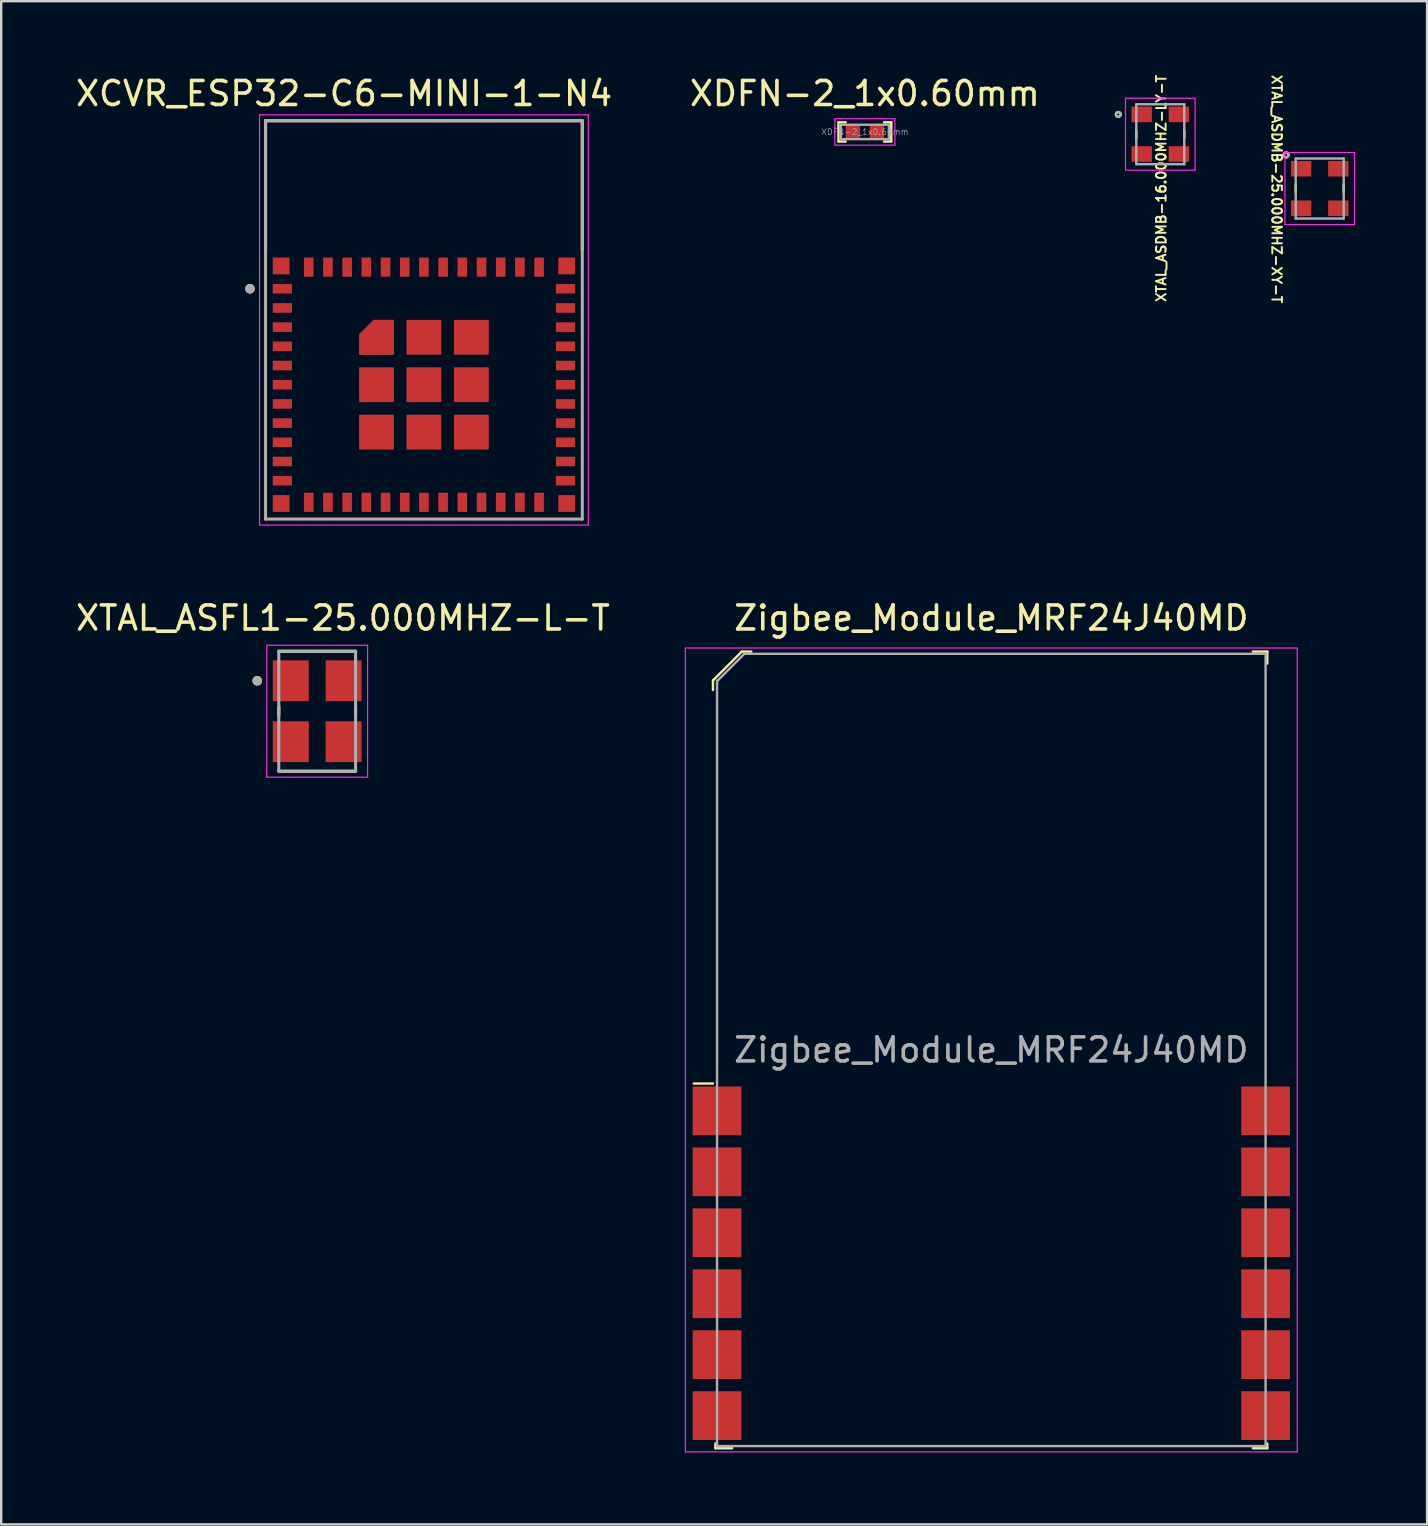
<source format=kicad_pcb>
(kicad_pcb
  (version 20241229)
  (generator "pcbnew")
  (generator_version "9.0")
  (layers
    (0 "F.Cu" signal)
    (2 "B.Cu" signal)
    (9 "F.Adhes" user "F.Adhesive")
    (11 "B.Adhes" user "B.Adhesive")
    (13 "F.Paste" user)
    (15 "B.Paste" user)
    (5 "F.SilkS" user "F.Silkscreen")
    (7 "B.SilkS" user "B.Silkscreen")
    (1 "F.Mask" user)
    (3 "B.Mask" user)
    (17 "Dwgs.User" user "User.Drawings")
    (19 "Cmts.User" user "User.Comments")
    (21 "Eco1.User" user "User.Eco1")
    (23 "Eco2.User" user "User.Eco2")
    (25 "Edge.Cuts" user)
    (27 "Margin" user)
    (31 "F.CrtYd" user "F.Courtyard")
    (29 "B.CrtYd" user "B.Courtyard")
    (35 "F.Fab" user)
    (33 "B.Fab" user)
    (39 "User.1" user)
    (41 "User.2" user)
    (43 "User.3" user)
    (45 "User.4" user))
  (footprint "XCVR_ESP32-C6-MINI-1-N4"
    (layer "F.Cu")
    (at 14.617 12.983)
    (property "Reference" "XCVR_ESP32-C6-MINI-1-N4" (at -3.325 -12.135 0) (layer "F.SilkS") (effects (font (size 1 1) (thickness 0.15))))
    (attr smd)
    (fp_poly (pts (xy -2.8 -1.15) (xy -1.15 -1.15) (xy -1.15 -2.8) (xy -2.15 -2.8) (xy -2.8 -2.15)) (stroke (width 0.01) (type solid)) (fill yes) (layer "F.Mask"))
    (fp_line (start -6.6 -11) (end 6.6 -11) (stroke (width 0.127) (type solid)) (layer "F.SilkS"))
    (fp_line (start -6.6 -5.62) (end -6.6 -11) (stroke (width 0.127) (type solid)) (layer "F.SilkS"))
    (fp_line (start 6.6 -11) (end 6.6 -5.62) (stroke (width 0.127) (type solid)) (layer "F.SilkS"))
    (fp_circle (center -7.25 -4) (end -7.15 -4) (stroke (width 0.2) (type solid)) (fill no) (layer "F.SilkS"))
    (fp_poly (pts (xy -2.7 -1.25) (xy -1.25 -1.25) (xy -1.25 -2.7) (xy -2.1 -2.7) (xy -2.7 -2.1)) (stroke (width 0.01) (type solid)) (fill yes) (layer "F.Paste"))
    (fp_line (start -6.85 -11.25) (end -6.85 5.85) (stroke (width 0.05) (type solid)) (layer "F.CrtYd"))
    (fp_line (start -6.85 5.85) (end 6.85 5.85) (stroke (width 0.05) (type solid)) (layer "F.CrtYd"))
    (fp_line (start 6.85 -11.25) (end -6.85 -11.25) (stroke (width 0.05) (type solid)) (layer "F.CrtYd"))
    (fp_line (start 6.85 5.85) (end 6.85 -11.25) (stroke (width 0.05) (type solid)) (layer "F.CrtYd"))
    (fp_line (start -6.6 -11) (end 6.6 -11) (stroke (width 0.127) (type solid)) (layer "F.Fab"))
    (fp_line (start -6.6 5.6) (end -6.6 -11) (stroke (width 0.127) (type solid)) (layer "F.Fab"))
    (fp_line (start 6.6 -11) (end 6.6 5.6) (stroke (width 0.127) (type solid)) (layer "F.Fab"))
    (fp_line (start 6.6 5.6) (end -6.6 5.6) (stroke (width 0.127) (type solid)) (layer "F.Fab"))
    (fp_circle (center -7.25 -4) (end -7.15 -4) (stroke (width 0.2) (type solid)) (fill no) (layer "F.Fab"))
    (pad "1" smd rect (at -5.9 -4) (size 0.8 0.4) (layers "F.Cu" "F.Mask" "F.Paste"))
    (pad "2" smd rect (at -5.9 -3.2) (size 0.8 0.4) (layers "F.Cu" "F.Mask" "F.Paste"))
    (pad "3" smd rect (at -5.9 -2.4) (size 0.8 0.4) (layers "F.Cu" "F.Mask" "F.Paste"))
    (pad "4" smd rect (at -5.9 -1.6) (size 0.8 0.4) (layers "F.Cu" "F.Mask" "F.Paste"))
    (pad "5" smd rect (at -5.9 -0.8) (size 0.8 0.4) (layers "F.Cu" "F.Mask" "F.Paste"))
    (pad "6" smd rect (at -5.9 0) (size 0.8 0.4) (layers "F.Cu" "F.Mask" "F.Paste"))
    (pad "7" smd rect (at -5.9 0.8) (size 0.8 0.4) (layers "F.Cu" "F.Mask" "F.Paste"))
    (pad "8" smd rect (at -5.9 1.6) (size 0.8 0.4) (layers "F.Cu" "F.Mask" "F.Paste"))
    (pad "9" smd rect (at -5.9 2.4) (size 0.8 0.4) (layers "F.Cu" "F.Mask" "F.Paste"))
    (pad "10" smd rect (at -5.9 3.2) (size 0.8 0.4) (layers "F.Cu" "F.Mask" "F.Paste"))
    (pad "11" smd rect (at -5.9 4) (size 0.8 0.4) (layers "F.Cu" "F.Mask" "F.Paste"))
    (pad "12" smd rect (at -4.8 4.9) (size 0.4 0.8) (layers "F.Cu" "F.Mask" "F.Paste"))
    (pad "13" smd rect (at -4 4.9) (size 0.4 0.8) (layers "F.Cu" "F.Mask" "F.Paste"))
    (pad "14" smd rect (at -3.2 4.9) (size 0.4 0.8) (layers "F.Cu" "F.Mask" "F.Paste"))
    (pad "15" smd rect (at -2.4 4.9) (size 0.4 0.8) (layers "F.Cu" "F.Mask" "F.Paste"))
    (pad "16" smd rect (at -1.6 4.9) (size 0.4 0.8) (layers "F.Cu" "F.Mask" "F.Paste"))
    (pad "17" smd rect (at -0.8 4.9) (size 0.4 0.8) (layers "F.Cu" "F.Mask" "F.Paste"))
    (pad "18" smd rect (at 0 4.9) (size 0.4 0.8) (layers "F.Cu" "F.Mask" "F.Paste"))
    (pad "19" smd rect (at 0.8 4.9) (size 0.4 0.8) (layers "F.Cu" "F.Mask" "F.Paste"))
    (pad "20" smd rect (at 1.6 4.9) (size 0.4 0.8) (layers "F.Cu" "F.Mask" "F.Paste"))
    (pad "21" smd rect (at 2.4 4.9) (size 0.4 0.8) (layers "F.Cu" "F.Mask" "F.Paste"))
    (pad "22" smd rect (at 3.2 4.9) (size 0.4 0.8) (layers "F.Cu" "F.Mask" "F.Paste"))
    (pad "23" smd rect (at 4 4.9) (size 0.4 0.8) (layers "F.Cu" "F.Mask" "F.Paste"))
    (pad "24" smd rect (at 4.8 4.9) (size 0.4 0.8) (layers "F.Cu" "F.Mask" "F.Paste"))
    (pad "25" smd rect (at 5.9 4) (size 0.8 0.4) (layers "F.Cu" "F.Mask" "F.Paste"))
    (pad "26" smd rect (at 5.9 3.2) (size 0.8 0.4) (layers "F.Cu" "F.Mask" "F.Paste"))
    (pad "27" smd rect (at 5.9 2.4) (size 0.8 0.4) (layers "F.Cu" "F.Mask" "F.Paste"))
    (pad "28" smd rect (at 5.9 1.6) (size 0.8 0.4) (layers "F.Cu" "F.Mask" "F.Paste"))
    (pad "29" smd rect (at 5.9 0.8) (size 0.8 0.4) (layers "F.Cu" "F.Mask" "F.Paste"))
    (pad "30" smd rect (at 5.9 0) (size 0.8 0.4) (layers "F.Cu" "F.Mask" "F.Paste"))
    (pad "31" smd rect (at 5.9 -0.8) (size 0.8 0.4) (layers "F.Cu" "F.Mask" "F.Paste"))
    (pad "32" smd rect (at 5.9 -1.6) (size 0.8 0.4) (layers "F.Cu" "F.Mask" "F.Paste"))
    (pad "33" smd rect (at 5.9 -2.4) (size 0.8 0.4) (layers "F.Cu" "F.Mask" "F.Paste"))
    (pad "34" smd rect (at 5.9 -3.2) (size 0.8 0.4) (layers "F.Cu" "F.Mask" "F.Paste"))
    (pad "35" smd rect (at 5.9 -4) (size 0.8 0.4) (layers "F.Cu" "F.Mask" "F.Paste"))
    (pad "36" smd rect (at 4.8 -4.9) (size 0.4 0.8) (layers "F.Cu" "F.Mask" "F.Paste"))
    (pad "37" smd rect (at 4 -4.9) (size 0.4 0.8) (layers "F.Cu" "F.Mask" "F.Paste"))
    (pad "38" smd rect (at 3.2 -4.9) (size 0.4 0.8) (layers "F.Cu" "F.Mask" "F.Paste"))
    (pad "39" smd rect (at 2.4 -4.9) (size 0.4 0.8) (layers "F.Cu" "F.Mask" "F.Paste"))
    (pad "40" smd rect (at 1.6 -4.9) (size 0.4 0.8) (layers "F.Cu" "F.Mask" "F.Paste"))
    (pad "41" smd rect (at 0.8 -4.9) (size 0.4 0.8) (layers "F.Cu" "F.Mask" "F.Paste"))
    (pad "42" smd rect (at 0 -4.9) (size 0.4 0.8) (layers "F.Cu" "F.Mask" "F.Paste"))
    (pad "43" smd rect (at -0.8 -4.9) (size 0.4 0.8) (layers "F.Cu" "F.Mask" "F.Paste"))
    (pad "44" smd rect (at -1.6 -4.9) (size 0.4 0.8) (layers "F.Cu" "F.Mask" "F.Paste"))
    (pad "45" smd rect (at -2.4 -4.9) (size 0.4 0.8) (layers "F.Cu" "F.Mask" "F.Paste"))
    (pad "46" smd rect (at -3.2 -4.9) (size 0.4 0.8) (layers "F.Cu" "F.Mask" "F.Paste"))
    (pad "47" smd rect (at -4 -4.9) (size 0.4 0.8) (layers "F.Cu" "F.Mask" "F.Paste"))
    (pad "48" smd rect (at -4.8 -4.9) (size 0.4 0.8) (layers "F.Cu" "F.Mask" "F.Paste"))
    (pad "49_1" smd custom (at -1.975 -1.975) (size 0.4 0.4) (layers "F.Cu") (options (anchor rect)) (primitives (gr_poly (pts (xy -0.725 0.725) (xy 0.725 0.725) (xy 0.725 -0.725) (xy -0.125 -0.725) (xy -0.725 -0.125)) (width 0.01) (fill yes))))
    (pad "49_2" smd rect (at 0 -1.975) (size 1.45 1.45) (layers "F.Cu" "F.Mask" "F.Paste"))
    (pad "49_3" smd rect (at 1.975 -1.975) (size 1.45 1.45) (layers "F.Cu" "F.Mask" "F.Paste"))
    (pad "49_4" smd rect (at -1.975 0) (size 1.45 1.45) (layers "F.Cu" "F.Mask" "F.Paste"))
    (pad "49_5" smd rect (at 0 0) (size 1.45 1.45) (layers "F.Cu" "F.Mask" "F.Paste"))
    (pad "49_6" smd rect (at 1.975 0) (size 1.45 1.45) (layers "F.Cu" "F.Mask" "F.Paste"))
    (pad "49_7" smd rect (at -1.975 1.975) (size 1.45 1.45) (layers "F.Cu" "F.Mask" "F.Paste"))
    (pad "49_8" smd rect (at 0 1.975) (size 1.45 1.45) (layers "F.Cu" "F.Mask" "F.Paste"))
    (pad "49_9" smd rect (at 1.975 1.975) (size 1.45 1.45) (layers "F.Cu" "F.Mask" "F.Paste"))
    (pad "50" smd rect (at 5.95 -4.95) (size 0.7 0.7) (layers "F.Cu" "F.Mask" "F.Paste"))
    (pad "51" smd rect (at 5.95 4.95) (size 0.7 0.7) (layers "F.Cu" "F.Mask" "F.Paste"))
    (pad "52" smd rect (at -5.95 4.95) (size 0.7 0.7) (layers "F.Cu" "F.Mask" "F.Paste"))
    (pad "53" smd rect (at -5.95 -4.95) (size 0.7 0.7) (layers "F.Cu" "F.Mask" "F.Paste"))
    (zone (net_name "") (layer "F.Cu") (hatch full 0.508) (connect_pads) (min_thickness 0.01) (filled_areas_thickness no) (keepout (tracks not_allowed) (vias not_allowed) (pads not_allowed) (copperpour not_allowed) (footprints allowed)) (placement (enabled no)) (fill) (polygon (pts (xy 8.017 1.983) (xy 21.217 1.983) (xy 21.217 7.383) (xy 8.017 7.383))))
    (zone (net_name "") (layers "F.Cu" "B.Cu") (hatch full 0.508) (connect_pads) (min_thickness 0.01) (filled_areas_thickness no) (keepout (tracks allowed) (vias not_allowed) (pads allowed) (copperpour allowed) (footprints allowed)) (placement (enabled no)) (fill) (polygon (pts (xy 8.017 1.983) (xy 21.217 1.983) (xy 21.217 7.383) (xy 8.017 7.383)))))
  (footprint "Zigbee_Module_MRF24J40MD"
    (layer "F.Cu")
    (at 38.263 40.706)
    (property "Reference" "Zigbee_Module_MRF24J40MD" (at 0 -18 0) (layer "F.SilkS") (effects (font (size 1 1) (thickness 0.15))))
    (attr smd)
    (fp_line (start -11.6 -15.4) (end -11.6 -15) (stroke (width 0.1) (type solid)) (layer "F.SilkS"))
    (fp_line (start -11.6 1.4) (end -12.4 1.4) (stroke (width 0.1) (type solid)) (layer "F.SilkS"))
    (fp_line (start -11.5 16.4) (end -11.5 16.6) (stroke (width 0.1) (type solid)) (layer "F.SilkS"))
    (fp_line (start -11.5 16.6) (end -10.8 16.6) (stroke (width 0.1) (type solid)) (layer "F.SilkS"))
    (fp_line (start -10.4 -16.6) (end -11.6 -15.4) (stroke (width 0.1) (type solid)) (layer "F.SilkS"))
    (fp_line (start -10 -16.6) (end -10.4 -16.6) (stroke (width 0.1) (type solid)) (layer "F.SilkS"))
    (fp_line (start 10.9 -16.6) (end 11.5 -16.6) (stroke (width 0.1) (type solid)) (layer "F.SilkS"))
    (fp_line (start 11.5 -16.6) (end 11.5 -16.1) (stroke (width 0.1) (type solid)) (layer "F.SilkS"))
    (fp_line (start 11.5 16.4) (end 11.5 16.6) (stroke (width 0.1) (type solid)) (layer "F.SilkS"))
    (fp_line (start 11.5 16.6) (end 10.9 16.6) (stroke (width 0.1) (type solid)) (layer "F.SilkS"))
    (fp_line (start -12.75 -16.75) (end 12.75 -16.75) (stroke (width 0.05) (type solid)) (layer "F.CrtYd"))
    (fp_line (start -12.75 16.75) (end -12.75 -16.75) (stroke (width 0.05) (type solid)) (layer "F.CrtYd"))
    (fp_line (start -12.75 16.75) (end 12.75 16.75) (stroke (width 0.05) (type solid)) (layer "F.CrtYd"))
    (fp_line (start 12.75 16.75) (end 12.75 -16.75) (stroke (width 0.05) (type solid)) (layer "F.CrtYd"))
    (fp_line (start -11.43 -15.37) (end -11.38 -15.42) (stroke (width 0.1) (type solid)) (layer "F.Fab"))
    (fp_line (start -11.43 -15.25) (end -11.43 -15.37) (stroke (width 0.1) (type solid)) (layer "F.Fab"))
    (fp_line (start -11.43 16.51) (end -11.43 -15.24) (stroke (width 0.1) (type solid)) (layer "F.Fab"))
    (fp_line (start -11.43 16.51) (end 11.43 16.51) (stroke (width 0.1) (type solid)) (layer "F.Fab"))
    (fp_line (start -11.4 -15.4) (end -10.3 -16.5) (stroke (width 0.1) (type solid)) (layer "F.Fab"))
    (fp_line (start -10.07 -16.51) (end -10.29 -16.51) (stroke (width 0.1) (type solid)) (layer "F.Fab"))
    (fp_line (start 11.43 -16.51) (end -10.07 -16.51) (stroke (width 0.1) (type solid)) (layer "F.Fab"))
    (fp_line (start 11.43 -16.51) (end 11.43 16.51) (stroke (width 0.1) (type solid)) (layer "F.Fab"))
    (fp_text user "${REFERENCE}" (at 0 0 0) (layer "F.Fab") (effects (font (size 1 1) (thickness 0.15))))
    (pad "1" smd rect (at -11.43 2.54) (size 2.032 2.032) (layers "F.Cu" "F.Mask" "F.Paste"))
    (pad "2" smd rect (at -11.43 5.08) (size 2.032 2.032) (layers "F.Cu" "F.Mask" "F.Paste"))
    (pad "3" smd rect (at -11.43 7.62) (size 2.032 2.032) (layers "F.Cu" "F.Mask" "F.Paste"))
    (pad "4" smd rect (at -11.43 10.16) (size 2.032 2.032) (layers "F.Cu" "F.Mask" "F.Paste"))
    (pad "5" smd rect (at -11.43 12.7) (size 2.032 2.032) (layers "F.Cu" "F.Mask" "F.Paste"))
    (pad "6" smd rect (at -11.43 15.24) (size 2.032 2.032) (layers "F.Cu" "F.Mask" "F.Paste"))
    (pad "7" smd rect (at 11.43 15.24) (size 2.032 2.032) (layers "F.Cu" "F.Mask" "F.Paste"))
    (pad "8" smd rect (at 11.43 12.7) (size 2.032 2.032) (layers "F.Cu" "F.Mask" "F.Paste"))
    (pad "9" smd rect (at 11.43 10.16) (size 2.032 2.032) (layers "F.Cu" "F.Mask" "F.Paste"))
    (pad "10" smd rect (at 11.43 7.62) (size 2.032 2.032) (layers "F.Cu" "F.Mask" "F.Paste"))
    (pad "11" smd rect (at 11.43 5.08) (size 2.032 2.032) (layers "F.Cu" "F.Mask" "F.Paste"))
    (pad "12" smd rect (at 11.43 2.54) (size 2.032 2.032) (layers "F.Cu" "F.Mask" "F.Paste")))
  (footprint "XDFN-2_1x0.60mm"
    (layer "F.Cu")
    (at 32.994 2.448)
    (property "Reference" "XDFN-2_1x0.60mm" (at 0 -1.6 0) (layer "F.SilkS") (effects (font (size 1 1) (thickness 0.15))))
    (attr smd)
    (fp_line (start -1.1 -0.4) (end -1.1 0.4) (stroke (width 0.1) (type solid)) (layer "F.SilkS"))
    (fp_line (start -1.1 0.4) (end -0.8 0.4) (stroke (width 0.1) (type solid)) (layer "F.SilkS"))
    (fp_line (start -0.8 -0.4) (end -1.1 -0.4) (stroke (width 0.1) (type solid)) (layer "F.SilkS"))
    (fp_line (start 0.8 -0.4) (end 1.1 -0.4) (stroke (width 0.1) (type solid)) (layer "F.SilkS"))
    (fp_line (start 1.1 -0.4) (end 1.1 0.4) (stroke (width 0.1) (type solid)) (layer "F.SilkS"))
    (fp_line (start 1.1 0.4) (end 0.8 0.4) (stroke (width 0.1) (type solid)) (layer "F.SilkS"))
    (fp_line (start -1.25 -0.55) (end 1.25 -0.55) (stroke (width 0.05) (type solid)) (layer "F.CrtYd"))
    (fp_line (start -1.25 0.55) (end -1.25 -0.55) (stroke (width 0.05) (type solid)) (layer "F.CrtYd"))
    (fp_line (start -1.25 0.55) (end 1.25 0.55) (stroke (width 0.05) (type solid)) (layer "F.CrtYd"))
    (fp_line (start 1.25 0.55) (end 1.25 -0.55) (stroke (width 0.05) (type solid)) (layer "F.CrtYd"))
    (fp_line (start -1 -0.3) (end -1 0.3) (stroke (width 0.1) (type solid)) (layer "F.Fab"))
    (fp_line (start -1 -0.3) (end 1 -0.3) (stroke (width 0.1) (type solid)) (layer "F.Fab"))
    (fp_line (start -1 0.3) (end 1 0.3) (stroke (width 0.1) (type solid)) (layer "F.Fab"))
    (fp_line (start 1 -0.3) (end 1 0.3) (stroke (width 0.1) (type solid)) (layer "F.Fab"))
    (fp_text user "${REFERENCE}" (at 0 0 0) (layer "F.Fab") (effects (font (size 0.25 0.25) (thickness 0.025))))
    (pad "1" smd rect (at -0.5 0) (size 0.6 0.5) (layers "F.Cu" "F.Mask" "F.Paste"))
    (pad "2" smd rect (at 0.5 0) (size 0.6 0.5) (layers "F.Cu" "F.Mask" "F.Paste")))
  (footprint "XTAL_ASDMB-25.000MHZ-XY-T"
    (layer "F.Cu")
    (at 51.949 4.807)
    (property "Reference" "XTAL_ASDMB-25.000MHZ-XY-T" (at -1.795 0.025 270) (unlocked yes) (layer "F.SilkS") (effects (font (size 0.4 0.4) (thickness 0.08))))
    (attr smd)
    (fp_line (start -1 -0.15) (end -1 0.15) (stroke (width 0.1) (type solid)) (layer "F.SilkS"))
    (fp_line (start 1 0.15) (end 1 -0.15) (stroke (width 0.1) (type solid)) (layer "F.SilkS"))
    (fp_circle (center -1.4 -1.4) (end -1.3 -1.4) (stroke (width 0.1) (type solid)) (fill no) (layer "F.SilkS"))
    (fp_line (start -1.45 -1.5) (end 1.45 -1.5) (stroke (width 0.05) (type solid)) (layer "F.CrtYd"))
    (fp_line (start -1.45 1.5) (end -1.45 -1.5) (stroke (width 0.05) (type solid)) (layer "F.CrtYd"))
    (fp_line (start 1.45 -1.5) (end 1.45 1.5) (stroke (width 0.05) (type solid)) (layer "F.CrtYd"))
    (fp_line (start 1.45 1.5) (end -1.45 1.5) (stroke (width 0.05) (type solid)) (layer "F.CrtYd"))
    (fp_line (start -1 -1.25) (end 1 -1.25) (stroke (width 0.1) (type solid)) (layer "F.Fab"))
    (fp_line (start -1 1.25) (end -1 -1.25) (stroke (width 0.1) (type solid)) (layer "F.Fab"))
    (fp_line (start 1 -1.25) (end 1 1.25) (stroke (width 0.1) (type solid)) (layer "F.Fab"))
    (fp_line (start 1 1.25) (end -1 1.25) (stroke (width 0.1) (type solid)) (layer "F.Fab"))
    (fp_circle (center -1.4 -1.4) (end -1.3 -1.4) (stroke (width 0.1) (type solid)) (fill no) (layer "F.Fab"))
    (pad "1" smd rect (at -0.775 -0.825) (size 0.85 0.65) (layers "F.Cu" "F.Mask" "F.Paste"))
    (pad "2" smd rect (at -0.775 0.825) (size 0.85 0.65) (layers "F.Cu" "F.Mask" "F.Paste"))
    (pad "3" smd rect (at 0.775 0.825) (size 0.85 0.65) (layers "F.Cu" "F.Mask" "F.Paste"))
    (pad "4" smd rect (at 0.775 -0.825) (size 0.85 0.65) (layers "F.Cu" "F.Mask" "F.Paste")))
  (footprint "XTAL_ASDMB-16.000MHZ-LY-T"
    (layer "F.Cu")
    (at 45.305 2.544)
    (property "Reference" "XTAL_ASDMB-16.000MHZ-LY-T" (at 0.04 2.26 90) (unlocked yes) (layer "F.SilkS") (effects (font (size 0.4 0.4) (thickness 0.08))))
    (attr smd)
    (fp_line (start -1 -0.15) (end -1 0.15) (stroke (width 0.1) (type solid)) (layer "F.SilkS"))
    (fp_line (start 1 0.15) (end 1 -0.15) (stroke (width 0.1) (type solid)) (layer "F.SilkS"))
    (fp_circle (center -1.75 -0.825) (end -1.65 -0.825) (stroke (width 0.1) (type solid)) (fill no) (layer "F.SilkS"))
    (fp_line (start -1.45 -1.5) (end 1.45 -1.5) (stroke (width 0.05) (type solid)) (layer "F.CrtYd"))
    (fp_line (start -1.45 1.5) (end -1.45 -1.5) (stroke (width 0.05) (type solid)) (layer "F.CrtYd"))
    (fp_line (start 1.45 -1.5) (end 1.45 1.5) (stroke (width 0.05) (type solid)) (layer "F.CrtYd"))
    (fp_line (start 1.45 1.5) (end -1.45 1.5) (stroke (width 0.05) (type solid)) (layer "F.CrtYd"))
    (fp_line (start -1 -1.25) (end 1 -1.25) (stroke (width 0.1) (type solid)) (layer "F.Fab"))
    (fp_line (start -1 1.25) (end -1 -1.25) (stroke (width 0.1) (type solid)) (layer "F.Fab"))
    (fp_line (start 1 -1.25) (end 1 1.25) (stroke (width 0.1) (type solid)) (layer "F.Fab"))
    (fp_line (start 1 1.25) (end -1 1.25) (stroke (width 0.1) (type solid)) (layer "F.Fab"))
    (fp_circle (center -1.75 -0.825) (end -1.65 -0.825) (stroke (width 0.1) (type solid)) (fill no) (layer "F.Fab"))
    (pad "1" smd rect (at -0.775 -0.825) (size 0.85 0.65) (layers "F.Cu" "F.Mask" "F.Paste"))
    (pad "2" smd rect (at -0.775 0.825) (size 0.85 0.65) (layers "F.Cu" "F.Mask" "F.Paste"))
    (pad "3" smd rect (at 0.775 0.825) (size 0.85 0.65) (layers "F.Cu" "F.Mask" "F.Paste"))
    (pad "4" smd rect (at 0.775 -0.825) (size 0.85 0.65) (layers "F.Cu" "F.Mask" "F.Paste")))
  (footprint "XTAL_ASFL1-25.000MHZ-L-T"
    (layer "F.Cu")
    (at 10.169 26.591)
    (property "Reference" "XTAL_ASFL1-25.000MHZ-L-T" (at 1.075 -3.885 0) (layer "F.SilkS") (effects (font (size 1 1) (thickness 0.15))))
    (attr smd)
    (fp_line (start -1.6 -2.5) (end 1.6 -2.5) (stroke (width 0.127) (type solid)) (layer "F.SilkS"))
    (fp_line (start -1.6 -0.17) (end -1.6 0.17) (stroke (width 0.127) (type solid)) (layer "F.SilkS"))
    (fp_line (start -1.6 2.5) (end 1.6 2.5) (stroke (width 0.127) (type solid)) (layer "F.SilkS"))
    (fp_line (start 1.6 -0.17) (end 1.6 0.17) (stroke (width 0.127) (type solid)) (layer "F.SilkS"))
    (fp_circle (center -2.5 -1.27) (end -2.4 -1.27) (stroke (width 0.2) (type solid)) (fill no) (layer "F.SilkS"))
    (fp_line (start -2.1 -2.75) (end 2.1 -2.75) (stroke (width 0.05) (type solid)) (layer "F.CrtYd"))
    (fp_line (start -2.1 2.75) (end -2.1 -2.75) (stroke (width 0.05) (type solid)) (layer "F.CrtYd"))
    (fp_line (start 2.1 -2.75) (end 2.1 2.75) (stroke (width 0.05) (type solid)) (layer "F.CrtYd"))
    (fp_line (start 2.1 2.75) (end -2.1 2.75) (stroke (width 0.05) (type solid)) (layer "F.CrtYd"))
    (fp_line (start -1.6 -2.5) (end 1.6 -2.5) (stroke (width 0.127) (type solid)) (layer "F.Fab"))
    (fp_line (start -1.6 2.5) (end -1.6 -2.5) (stroke (width 0.127) (type solid)) (layer "F.Fab"))
    (fp_line (start 1.6 -2.5) (end 1.6 2.5) (stroke (width 0.127) (type solid)) (layer "F.Fab"))
    (fp_line (start 1.6 2.5) (end -1.6 2.5) (stroke (width 0.127) (type solid)) (layer "F.Fab"))
    (fp_circle (center -2.5 -1.27) (end -2.4 -1.27) (stroke (width 0.2) (type solid)) (fill no) (layer "F.Fab"))
    (pad "1" smd rect (at -1.1 -1.27) (size 1.5 1.7) (layers "F.Cu" "F.Mask" "F.Paste"))
    (pad "2" smd rect (at -1.1 1.27) (size 1.5 1.7) (layers "F.Cu" "F.Mask" "F.Paste"))
    (pad "3" smd rect (at 1.1 1.27) (size 1.5 1.7) (layers "F.Cu" "F.Mask" "F.Paste"))
    (pad "4" smd rect (at 1.1 -1.27) (size 1.5 1.7) (layers "F.Cu" "F.Mask" "F.Paste")))
  (gr_rect
    (start -3 -3)
    (end 56.424 60.481)
    (stroke (width 0.1) (type default))
    (fill no)
    (layer "Edge.Cuts")))
</source>
